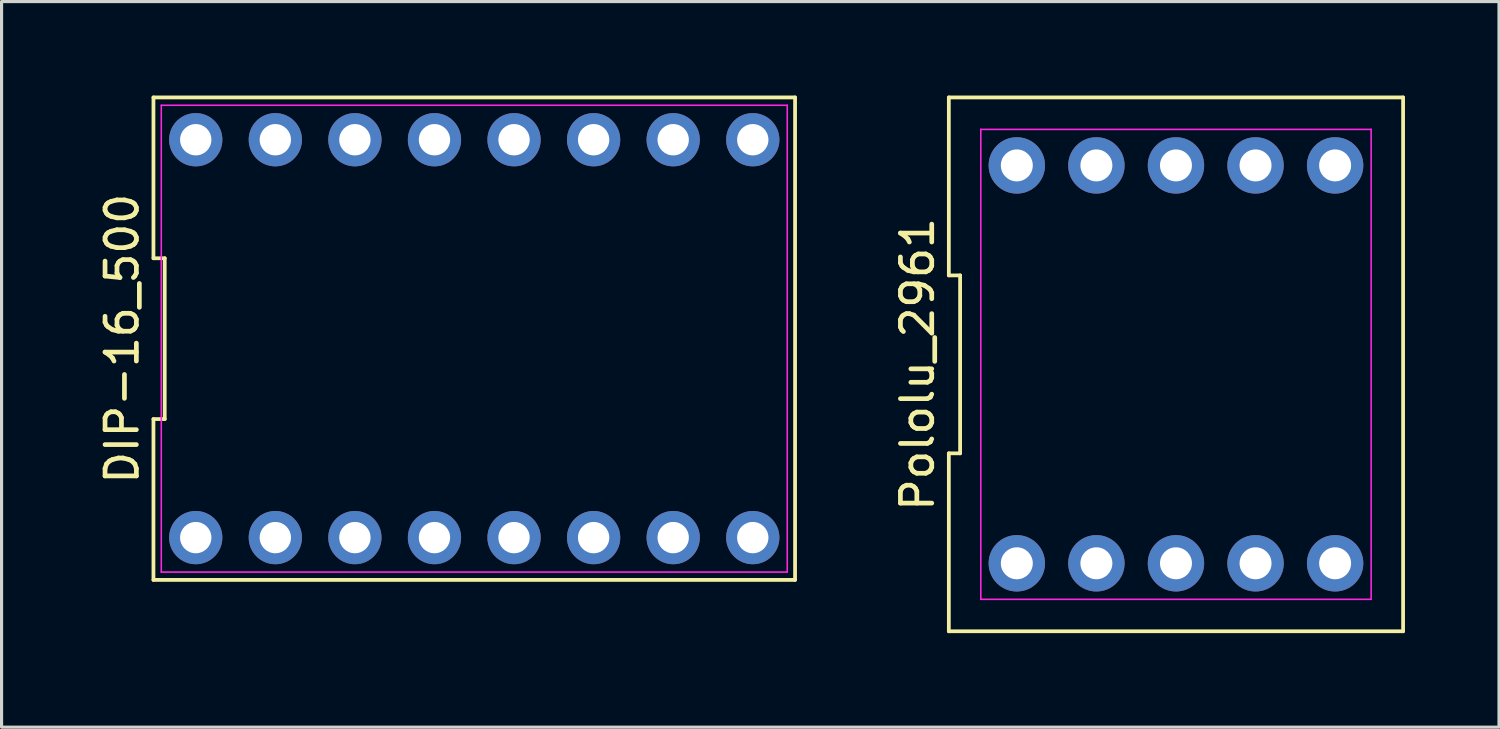
<source format=kicad_pcb>
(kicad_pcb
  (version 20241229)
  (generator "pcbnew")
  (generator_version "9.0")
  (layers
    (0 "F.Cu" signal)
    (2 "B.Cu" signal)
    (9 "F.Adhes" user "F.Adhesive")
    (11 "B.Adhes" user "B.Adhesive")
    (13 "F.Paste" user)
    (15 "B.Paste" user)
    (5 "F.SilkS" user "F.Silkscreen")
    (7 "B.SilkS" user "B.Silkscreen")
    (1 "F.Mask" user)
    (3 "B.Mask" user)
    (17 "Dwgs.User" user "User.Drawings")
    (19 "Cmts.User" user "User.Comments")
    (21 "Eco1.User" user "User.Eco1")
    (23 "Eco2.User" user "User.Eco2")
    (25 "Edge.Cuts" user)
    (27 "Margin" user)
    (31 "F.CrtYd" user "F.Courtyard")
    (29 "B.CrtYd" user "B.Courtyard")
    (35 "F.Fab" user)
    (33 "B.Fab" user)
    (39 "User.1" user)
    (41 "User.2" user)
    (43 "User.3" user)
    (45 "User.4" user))
  (footprint "Pololu_2961"
    (layer "F.Cu")
    (at 34.486 8.58)
    (property "Reference" "Pololu_2961" (at -8.25 0 90) (layer "F.SilkS") (effects (font (size 1 1) (thickness 0.15))))
    (attr through_hole)
    (fp_line (start -7.25 -2.84) (end -6.89 -2.84) (stroke (width 0.12) (type solid)) (layer "F.SilkS"))
    (fp_line (start -7.25 2.84) (end -7.25 8.52) (stroke (width 0.12) (type solid)) (layer "F.SilkS"))
    (fp_line (start -7.25 8.52) (end 7.25 8.52) (stroke (width 0.12) (type solid)) (layer "F.SilkS"))
    (fp_line (start -7.25 -8.52) (end -7.25 -2.84) (stroke (width 0.12) (type solid)) (layer "F.SilkS"))
    (fp_line (start -6.89 -2.84) (end -6.89 2.84) (stroke (width 0.12) (type solid)) (layer "F.SilkS"))
    (fp_line (start -6.89 2.84) (end -7.25 2.84) (stroke (width 0.12) (type solid)) (layer "F.SilkS"))
    (fp_line (start 7.25 8.52) (end 7.25 -8.52) (stroke (width 0.12) (type solid)) (layer "F.SilkS"))
    (fp_line (start 7.25 -8.52) (end -7.25 -8.52) (stroke (width 0.12) (type solid)) (layer "F.SilkS"))
    (fp_line (start -6.23 -7.5) (end 6.23 -7.5) (stroke (width 0.05) (type solid)) (layer "F.CrtYd"))
    (fp_line (start -6.23 7.5) (end -6.23 -7.5) (stroke (width 0.05) (type solid)) (layer "F.CrtYd"))
    (fp_line (start 6.23 -7.5) (end 6.23 7.5) (stroke (width 0.05) (type solid)) (layer "F.CrtYd"))
    (fp_line (start 6.23 7.5) (end -6.23 7.5) (stroke (width 0.05) (type solid)) (layer "F.CrtYd"))
    (pad "1" thru_hole circle (at -5.08 6.35) (size 1.8 1.8) (drill 1.02) (layers "*.Cu" "*.Mask"))
    (pad "2" thru_hole circle (at -2.54 6.35) (size 1.8 1.8) (drill 1.02) (layers "*.Cu" "*.Mask"))
    (pad "3" thru_hole circle (at 0 6.35) (size 1.8 1.8) (drill 1.02) (layers "*.Cu" "*.Mask"))
    (pad "4" thru_hole circle (at 2.54 6.35) (size 1.8 1.8) (drill 1.02) (layers "*.Cu" "*.Mask"))
    (pad "5" thru_hole circle (at 5.08 6.35) (size 1.8 1.8) (drill 1.02) (layers "*.Cu" "*.Mask"))
    (pad "6" thru_hole circle (at 5.08 -6.35) (size 1.8 1.8) (drill 1.02) (layers "*.Cu" "*.Mask"))
    (pad "7" thru_hole circle (at 2.54 -6.35) (size 1.8 1.8) (drill 1.02) (layers "*.Cu" "*.Mask"))
    (pad "8" thru_hole circle (at 0 -6.35) (size 1.8 1.8) (drill 1.02) (layers "*.Cu" "*.Mask"))
    (pad "9" thru_hole circle (at -2.54 -6.35) (size 1.8 1.8) (drill 1.02) (layers "*.Cu" "*.Mask"))
    (pad "10" thru_hole circle (at -5.08 -6.35) (size 1.8 1.8) (drill 1.02) (layers "*.Cu" "*.Mask")))
  (footprint "DIP-16_500"
    (layer "F.Cu")
    (at 12.088 7.76)
    (property "Reference" "DIP-16_500" (at -11.24 0 90) (layer "F.SilkS") (effects (font (size 1 1) (thickness 0.15))))
    (attr through_hole)
    (fp_line (start -10.24 -7.7) (end -10.24 -2.567) (stroke (width 0.12) (type solid)) (layer "F.SilkS"))
    (fp_line (start -10.24 -2.567) (end -9.88 -2.567) (stroke (width 0.12) (type solid)) (layer "F.SilkS"))
    (fp_line (start -10.24 2.567) (end -10.24 7.7) (stroke (width 0.12) (type solid)) (layer "F.SilkS"))
    (fp_line (start -10.24 7.7) (end 10.24 7.7) (stroke (width 0.12) (type solid)) (layer "F.SilkS"))
    (fp_line (start -9.88 -2.567) (end -9.88 2.567) (stroke (width 0.12) (type solid)) (layer "F.SilkS"))
    (fp_line (start -9.88 2.567) (end -10.24 2.567) (stroke (width 0.12) (type solid)) (layer "F.SilkS"))
    (fp_line (start 10.24 -7.7) (end -10.24 -7.7) (stroke (width 0.12) (type solid)) (layer "F.SilkS"))
    (fp_line (start 10.24 7.7) (end 10.24 -7.7) (stroke (width 0.12) (type solid)) (layer "F.SilkS"))
    (fp_line (start -9.99 -7.45) (end 9.99 -7.45) (stroke (width 0.05) (type solid)) (layer "F.CrtYd"))
    (fp_line (start -9.99 7.45) (end -9.99 -7.45) (stroke (width 0.05) (type solid)) (layer "F.CrtYd"))
    (fp_line (start 9.99 -7.45) (end 9.99 7.45) (stroke (width 0.05) (type solid)) (layer "F.CrtYd"))
    (fp_line (start 9.99 7.45) (end -9.99 7.45) (stroke (width 0.05) (type solid)) (layer "F.CrtYd"))
    (pad "1" thru_hole circle (at -8.89 6.35) (size 1.7 1.7) (drill 1) (layers "*.Cu" "*.Mask"))
    (pad "2" thru_hole circle (at -6.35 6.35) (size 1.7 1.7) (drill 1) (layers "*.Cu" "*.Mask"))
    (pad "3" thru_hole circle (at -3.81 6.35) (size 1.7 1.7) (drill 1) (layers "*.Cu" "*.Mask"))
    (pad "4" thru_hole circle (at -1.27 6.35) (size 1.7 1.7) (drill 1) (layers "*.Cu" "*.Mask"))
    (pad "5" thru_hole circle (at 1.27 6.35) (size 1.7 1.7) (drill 1) (layers "*.Cu" "*.Mask"))
    (pad "6" thru_hole circle (at 3.81 6.35) (size 1.7 1.7) (drill 1) (layers "*.Cu" "*.Mask"))
    (pad "7" thru_hole circle (at 6.35 6.35) (size 1.7 1.7) (drill 1) (layers "*.Cu" "*.Mask"))
    (pad "8" thru_hole circle (at 8.89 6.35) (size 1.7 1.7) (drill 1) (layers "*.Cu" "*.Mask"))
    (pad "9" thru_hole circle (at 8.89 -6.35) (size 1.7 1.7) (drill 1) (layers "*.Cu" "*.Mask"))
    (pad "10" thru_hole circle (at 6.35 -6.35) (size 1.7 1.7) (drill 1) (layers "*.Cu" "*.Mask"))
    (pad "11" thru_hole circle (at 3.81 -6.35) (size 1.7 1.7) (drill 1) (layers "*.Cu" "*.Mask"))
    (pad "12" thru_hole circle (at 1.27 -6.35) (size 1.7 1.7) (drill 1) (layers "*.Cu" "*.Mask"))
    (pad "13" thru_hole circle (at -1.27 -6.35) (size 1.7 1.7) (drill 1) (layers "*.Cu" "*.Mask"))
    (pad "14" thru_hole circle (at -3.81 -6.35) (size 1.7 1.7) (drill 1) (layers "*.Cu" "*.Mask"))
    (pad "15" thru_hole circle (at -6.35 -6.35) (size 1.7 1.7) (drill 1) (layers "*.Cu" "*.Mask"))
    (pad "16" thru_hole circle (at -8.89 -6.35) (size 1.7 1.7) (drill 1) (layers "*.Cu" "*.Mask")))
  (gr_rect
    (start -3 -3)
    (end 44.797 20.16)
    (stroke (width 0.1) (type default))
    (fill no)
    (layer "Edge.Cuts")))
</source>
